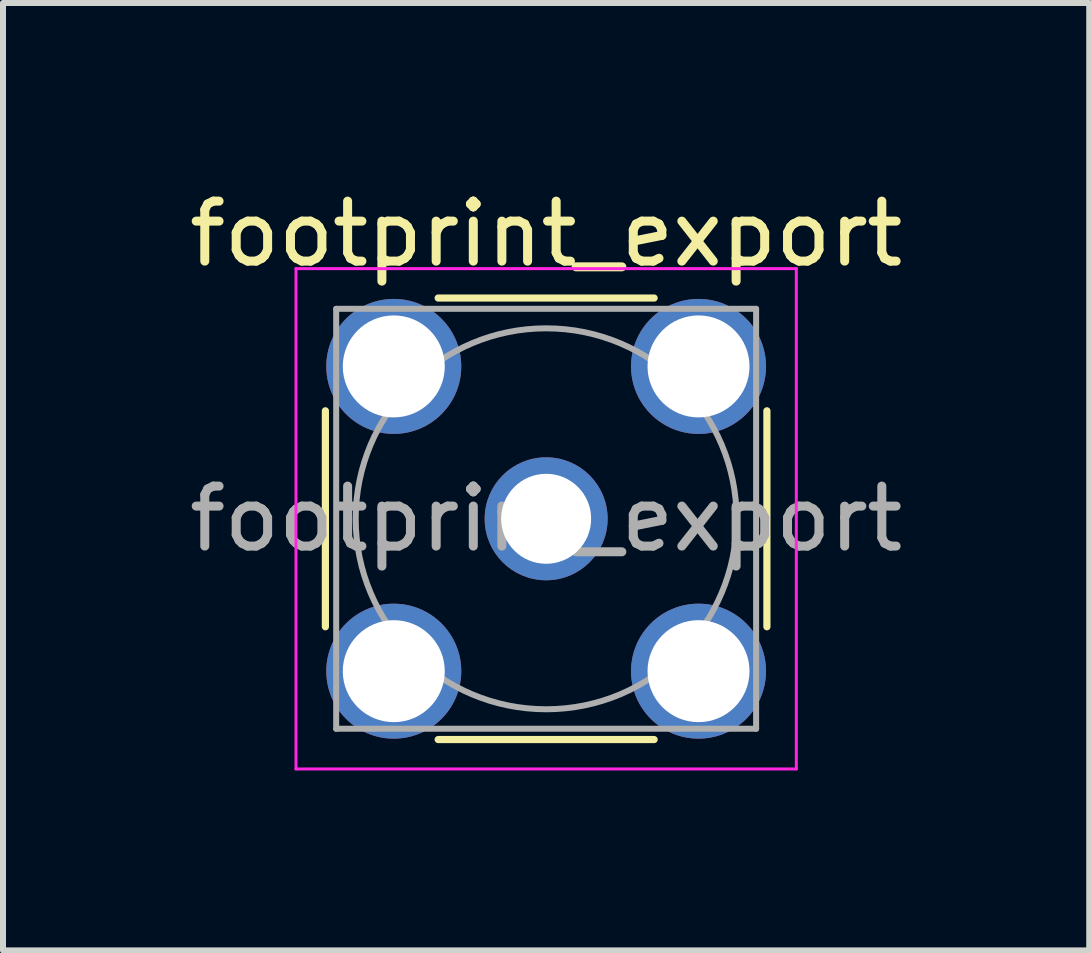
<source format=kicad_pcb>
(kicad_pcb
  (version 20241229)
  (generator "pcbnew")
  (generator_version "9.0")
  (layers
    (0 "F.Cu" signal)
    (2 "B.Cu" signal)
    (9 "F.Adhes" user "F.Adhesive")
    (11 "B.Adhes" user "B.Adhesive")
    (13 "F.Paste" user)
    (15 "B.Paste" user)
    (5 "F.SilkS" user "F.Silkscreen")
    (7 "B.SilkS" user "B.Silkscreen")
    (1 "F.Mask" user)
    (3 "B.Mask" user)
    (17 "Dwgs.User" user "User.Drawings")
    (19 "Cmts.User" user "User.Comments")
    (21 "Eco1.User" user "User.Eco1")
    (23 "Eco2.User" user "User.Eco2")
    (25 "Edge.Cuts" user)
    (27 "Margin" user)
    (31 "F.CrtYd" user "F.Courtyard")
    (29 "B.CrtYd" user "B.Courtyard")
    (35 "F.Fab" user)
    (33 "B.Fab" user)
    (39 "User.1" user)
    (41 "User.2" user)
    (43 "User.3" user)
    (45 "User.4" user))
  (footprint "footprint_export"
    (layer "F.Cu")
    (at 6.054 5.598)
    (property "Reference" "footprint_export" (at 0 -4.75 0) (layer "F.SilkS") (effects (font (size 1 1) (thickness 0.15))))
    (attr through_hole)
    (fp_line (start -3.68 -1.8) (end -3.68 1.8) (stroke (width 0.12) (type solid)) (layer "F.SilkS"))
    (fp_line (start -1.8 -3.68) (end 1.8 -3.68) (stroke (width 0.12) (type solid)) (layer "F.SilkS"))
    (fp_line (start -1.8 3.68) (end 1.8 3.68) (stroke (width 0.12) (type solid)) (layer "F.SilkS"))
    (fp_line (start 3.68 -1.8) (end 3.68 1.8) (stroke (width 0.12) (type solid)) (layer "F.SilkS"))
    (fp_line (start -4.17 -4.17) (end -4.17 4.17) (stroke (width 0.05) (type solid)) (layer "F.CrtYd"))
    (fp_line (start -4.17 -4.17) (end 4.17 -4.17) (stroke (width 0.05) (type solid)) (layer "F.CrtYd"))
    (fp_line (start 4.17 4.17) (end -4.17 4.17) (stroke (width 0.05) (type solid)) (layer "F.CrtYd"))
    (fp_line (start 4.17 4.17) (end 4.17 -4.17) (stroke (width 0.05) (type solid)) (layer "F.CrtYd"))
    (fp_line (start -3.5 -3.5) (end -3.5 3.5) (stroke (width 0.1) (type solid)) (layer "F.Fab"))
    (fp_line (start -3.5 -3.5) (end 3.5 -3.5) (stroke (width 0.1) (type solid)) (layer "F.Fab"))
    (fp_line (start -3.5 3.5) (end 3.5 3.5) (stroke (width 0.1) (type solid)) (layer "F.Fab"))
    (fp_line (start 3.5 -3.5) (end 3.5 3.5) (stroke (width 0.1) (type solid)) (layer "F.Fab"))
    (fp_circle (center 0 0) (end 3.175 0) (stroke (width 0.1) (type solid)) (fill no) (layer "F.Fab"))
    (fp_text user "${REFERENCE}" (at 0 0 0) (layer "F.Fab") (effects (font (size 1 1) (thickness 0.15))))
    (pad "1" thru_hole circle (at 0 0) (size 2.05 2.05) (drill 1.5) (layers "*.Cu" "*.Mask"))
    (pad "2" thru_hole circle (at -2.54 -2.54) (size 2.25 2.25) (drill 1.7) (layers "*.Cu" "*.Mask"))
    (pad "2" thru_hole circle (at -2.54 2.54) (size 2.25 2.25) (drill 1.7) (layers "*.Cu" "*.Mask"))
    (pad "2" thru_hole circle (at 2.54 -2.54) (size 2.25 2.25) (drill 1.7) (layers "*.Cu" "*.Mask"))
    (pad "2" thru_hole circle (at 2.54 2.54) (size 2.25 2.25) (drill 1.7) (layers "*.Cu" "*.Mask")))
  (gr_rect
    (start -3 -3)
    (end 15.107 12.793)
    (stroke (width 0.1) (type default))
    (fill no)
    (layer "Edge.Cuts")))
</source>
